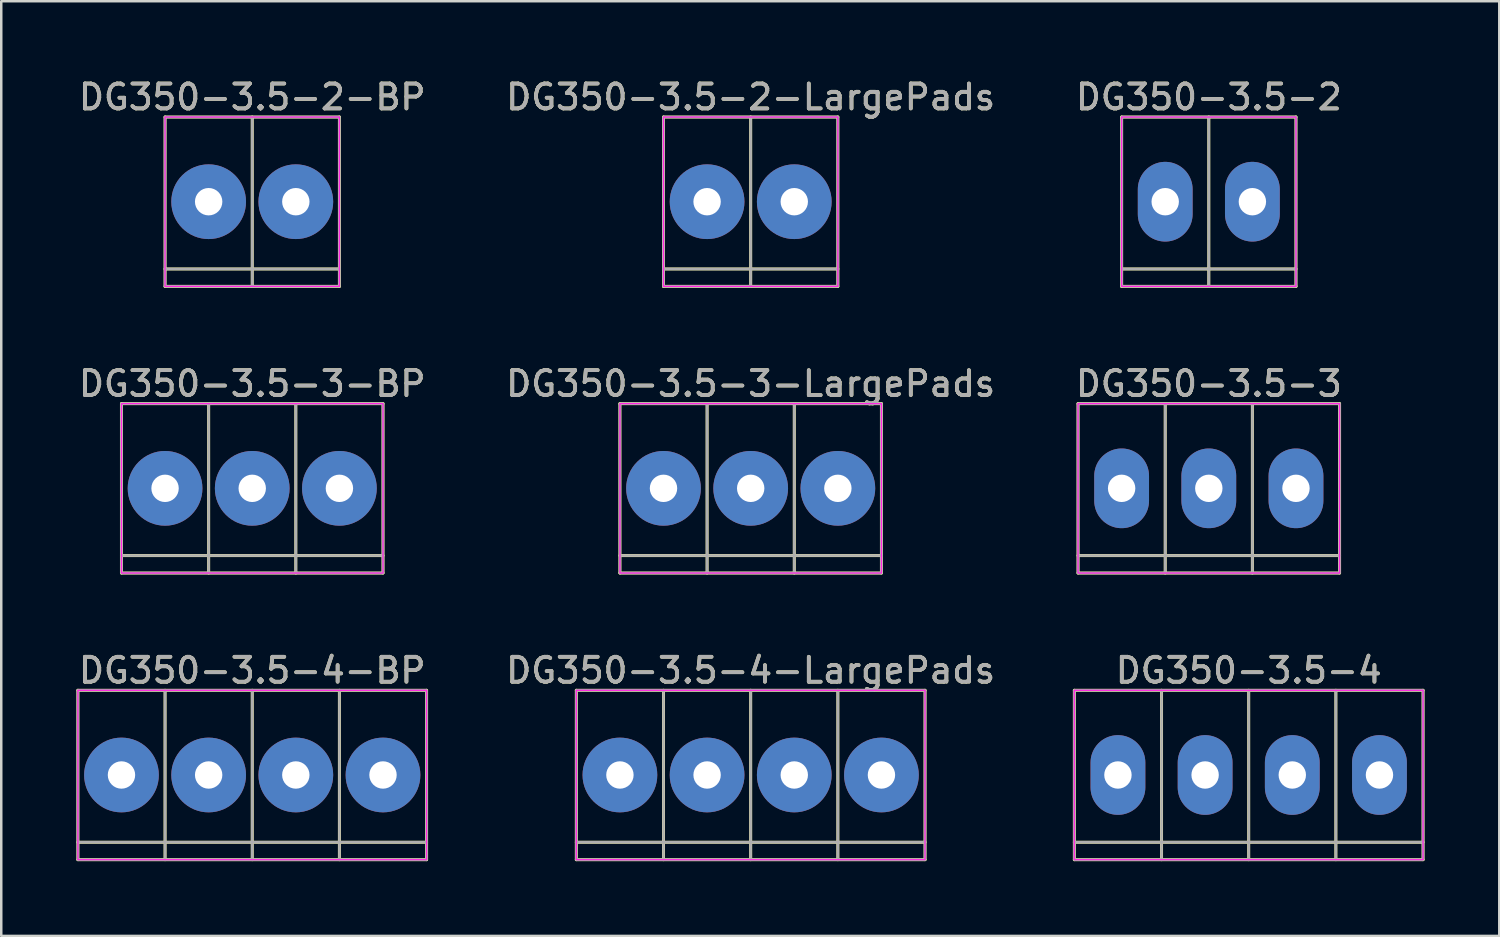
<source format=kicad_pcb>
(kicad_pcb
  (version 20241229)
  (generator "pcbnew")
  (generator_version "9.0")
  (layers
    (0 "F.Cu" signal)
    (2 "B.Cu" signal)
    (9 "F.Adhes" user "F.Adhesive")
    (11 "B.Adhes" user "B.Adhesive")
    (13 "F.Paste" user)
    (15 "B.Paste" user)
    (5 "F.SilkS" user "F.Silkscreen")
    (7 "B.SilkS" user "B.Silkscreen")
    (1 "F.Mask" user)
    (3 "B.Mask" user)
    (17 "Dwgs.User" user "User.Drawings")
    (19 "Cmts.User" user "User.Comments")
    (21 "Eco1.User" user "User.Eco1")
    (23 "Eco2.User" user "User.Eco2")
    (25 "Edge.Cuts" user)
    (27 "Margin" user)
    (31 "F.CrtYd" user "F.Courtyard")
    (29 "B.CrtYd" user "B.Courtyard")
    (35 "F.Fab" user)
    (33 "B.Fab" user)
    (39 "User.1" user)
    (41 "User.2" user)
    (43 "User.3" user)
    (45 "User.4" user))
  (footprint "DG350-3.5-3-LargePads"
    (layer "F.Cu")
    (at 23.589 16.556)
    (property "Reference" "DG350-3.5-3-LargePads" (at 3.5 -4.2 0) (unlocked yes) (layer "F.SilkS") (effects (font (size 1 1) (thickness 0.15))))
    (attr through_hole)
    (fp_line (start -1.75 -3.4) (end -1.75 3.4) (stroke (width 0.12) (type solid)) (layer "F.SilkS"))
    (fp_line (start -1.75 2.7) (end 8.75 2.7) (stroke (width 0.12) (type solid)) (layer "F.SilkS"))
    (fp_line (start -1.75 3.4) (end 8.75 3.4) (stroke (width 0.12) (type solid)) (layer "F.SilkS"))
    (fp_line (start 1.75 -3.4) (end 1.75 3.4) (stroke (width 0.12) (type solid)) (layer "F.SilkS"))
    (fp_line (start 5.25 3.4) (end 5.25 -3.4) (stroke (width 0.12) (type solid)) (layer "F.SilkS"))
    (fp_line (start 8.75 -3.4) (end -1.75 -3.4) (stroke (width 0.12) (type solid)) (layer "F.SilkS"))
    (fp_line (start 8.75 3.4) (end 8.75 -3.4) (stroke (width 0.12) (type solid)) (layer "F.SilkS"))
    (fp_rect (start -1.75 -3.4) (end 8.75 3.4) (stroke (width 0.05) (type solid)) (fill no) (layer "F.CrtYd"))
    (fp_line (start -1.75 2.7) (end 8.75 2.7) (stroke (width 0.1) (type solid)) (layer "F.Fab"))
    (fp_line (start 1.75 -3.4) (end 1.75 3.4) (stroke (width 0.1) (type solid)) (layer "F.Fab"))
    (fp_line (start 5.25 3.4) (end 5.25 -3.4) (stroke (width 0.1) (type solid)) (layer "F.Fab"))
    (fp_rect (start -1.75 -3.4) (end 8.75 3.4) (stroke (width 0.1) (type solid)) (fill no) (layer "F.Fab"))
    (fp_text user "${REFERENCE}" (at 3.5 -4.2 0) (unlocked yes) (layer "F.Fab") (effects (font (size 1 1) (thickness 0.15))))
    (pad "1" thru_hole circle (at 0 0) (size 3 3) (drill 1.1) (layers "*.Cu" "*.Mask"))
    (pad "2" thru_hole circle (at 3.5 0) (size 3 3) (drill 1.1) (layers "*.Cu" "*.Mask"))
    (pad "3" thru_hole circle (at 7 0) (size 3 3) (drill 1.1) (layers "*.Cu" "*.Mask")))
  (footprint "DG350-3.5-2"
    (layer "F.Cu")
    (at 43.732 5.048)
    (property "Reference" "DG350-3.5-2" (at 1.75 -4.2 0) (unlocked yes) (layer "F.SilkS") (effects (font (size 1 1) (thickness 0.15))))
    (attr through_hole)
    (fp_line (start -1.75 -3.4) (end -1.75 3.4) (stroke (width 0.12) (type solid)) (layer "F.SilkS"))
    (fp_line (start -1.75 2.7) (end 5.25 2.7) (stroke (width 0.12) (type solid)) (layer "F.SilkS"))
    (fp_line (start -1.75 3.4) (end 5.25 3.4) (stroke (width 0.12) (type solid)) (layer "F.SilkS"))
    (fp_line (start 1.75 -3.4) (end 1.75 3.4) (stroke (width 0.12) (type solid)) (layer "F.SilkS"))
    (fp_line (start 5.25 -3.4) (end -1.75 -3.4) (stroke (width 0.12) (type solid)) (layer "F.SilkS"))
    (fp_line (start 5.25 3.4) (end 5.25 -3.4) (stroke (width 0.12) (type solid)) (layer "F.SilkS"))
    (fp_rect (start -1.75 -3.4) (end 5.25 3.4) (stroke (width 0.05) (type solid)) (fill no) (layer "F.CrtYd"))
    (fp_line (start -1.75 2.7) (end 5.25 2.7) (stroke (width 0.1) (type solid)) (layer "F.Fab"))
    (fp_line (start 1.75 -3.4) (end 1.75 3.4) (stroke (width 0.1) (type solid)) (layer "F.Fab"))
    (fp_rect (start -1.75 -3.4) (end 5.25 3.4) (stroke (width 0.1) (type solid)) (fill no) (layer "F.Fab"))
    (fp_text user "${REFERENCE}" (at 1.75 -4.2 0) (unlocked yes) (layer "F.Fab") (effects (font (size 1 1) (thickness 0.15))))
    (pad "1" thru_hole oval (at 0 0) (size 2.2 3.2) (drill 1.1) (layers "*.Cu" "*.Mask"))
    (pad "2" thru_hole oval (at 3.5 0) (size 2.2 3.2) (drill 1.1) (layers "*.Cu" "*.Mask")))
  (footprint "DG350-3.5-3-BP"
    (layer "F.Cu")
    (at 3.577 16.556)
    (property "Reference" "DG350-3.5-3-BP" (at 3.5 -4.2 0) (unlocked yes) (layer "F.SilkS") (effects (font (size 1 1) (thickness 0.15))))
    (attr through_hole)
    (fp_line (start -1.75 -3.4) (end -1.75 3.4) (stroke (width 0.12) (type solid)) (layer "F.SilkS"))
    (fp_line (start -1.75 2.7) (end 8.75 2.7) (stroke (width 0.12) (type solid)) (layer "F.SilkS"))
    (fp_line (start -1.75 3.4) (end 8.75 3.4) (stroke (width 0.12) (type solid)) (layer "F.SilkS"))
    (fp_line (start 1.75 -3.4) (end 1.75 3.4) (stroke (width 0.12) (type solid)) (layer "F.SilkS"))
    (fp_line (start 5.25 3.4) (end 5.25 -3.4) (stroke (width 0.12) (type solid)) (layer "F.SilkS"))
    (fp_line (start 8.75 -3.4) (end -1.75 -3.4) (stroke (width 0.12) (type solid)) (layer "F.SilkS"))
    (fp_line (start 8.75 3.4) (end 8.75 -3.4) (stroke (width 0.12) (type solid)) (layer "F.SilkS"))
    (fp_rect (start -1.75 -3.4) (end 8.75 3.4) (stroke (width 0.05) (type solid)) (fill no) (layer "F.CrtYd"))
    (fp_line (start -1.75 2.7) (end 8.75 2.7) (stroke (width 0.1) (type solid)) (layer "F.Fab"))
    (fp_line (start 1.75 -3.4) (end 1.75 3.4) (stroke (width 0.1) (type solid)) (layer "F.Fab"))
    (fp_line (start 5.25 3.4) (end 5.25 -3.4) (stroke (width 0.1) (type solid)) (layer "F.Fab"))
    (fp_rect (start -1.75 -3.4) (end 8.75 3.4) (stroke (width 0.1) (type solid)) (fill no) (layer "F.Fab"))
    (fp_text user "${REFERENCE}" (at 3.5 -4.2 0) (unlocked yes) (layer "F.Fab") (effects (font (size 1 1) (thickness 0.15))))
    (pad "1" thru_hole circle (at 0 0) (size 3 3) (drill 1.1) (layers "*.Cu" "*.Mask"))
    (pad "2" thru_hole circle (at 3.5 0) (size 3 3) (drill 1.1) (layers "*.Cu" "*.Mask"))
    (pad "3" thru_hole circle (at 7 0) (size 3 3) (drill 1.1) (layers "*.Cu" "*.Mask")))
  (footprint "DG350-3.5-2-BP"
    (layer "F.Cu")
    (at 5.327 5.048)
    (property "Reference" "DG350-3.5-2-BP" (at 1.75 -4.2 0) (unlocked yes) (layer "F.SilkS") (effects (font (size 1 1) (thickness 0.15))))
    (attr through_hole)
    (fp_line (start -1.75 -3.4) (end -1.75 3.4) (stroke (width 0.12) (type solid)) (layer "F.SilkS"))
    (fp_line (start -1.75 2.7) (end 5.25 2.7) (stroke (width 0.12) (type solid)) (layer "F.SilkS"))
    (fp_line (start -1.75 3.4) (end 5.25 3.4) (stroke (width 0.12) (type solid)) (layer "F.SilkS"))
    (fp_line (start 1.75 -3.4) (end 1.75 3.4) (stroke (width 0.12) (type solid)) (layer "F.SilkS"))
    (fp_line (start 5.25 -3.4) (end -1.75 -3.4) (stroke (width 0.12) (type solid)) (layer "F.SilkS"))
    (fp_line (start 5.25 3.4) (end 5.25 -3.4) (stroke (width 0.12) (type solid)) (layer "F.SilkS"))
    (fp_rect (start -1.75 -3.4) (end 5.25 3.4) (stroke (width 0.05) (type solid)) (fill no) (layer "F.CrtYd"))
    (fp_line (start -1.75 2.7) (end 5.25 2.7) (stroke (width 0.1) (type solid)) (layer "F.Fab"))
    (fp_line (start 1.75 -3.4) (end 1.75 3.4) (stroke (width 0.1) (type solid)) (layer "F.Fab"))
    (fp_rect (start -1.75 -3.4) (end 5.25 3.4) (stroke (width 0.1) (type solid)) (fill no) (layer "F.Fab"))
    (fp_text user "${REFERENCE}" (at 1.75 -4.2 0) (unlocked yes) (layer "F.Fab") (effects (font (size 1 1) (thickness 0.15))))
    (pad "1" thru_hole circle (at 0 0) (size 3 3) (drill 1.1) (layers "*.Cu" "*.Mask"))
    (pad "2" thru_hole circle (at 3.5 0) (size 3 3) (drill 1.1) (layers "*.Cu" "*.Mask")))
  (footprint "DG350-3.5-3"
    (layer "F.Cu")
    (at 41.982 16.556)
    (property "Reference" "DG350-3.5-3" (at 3.5 -4.2 0) (unlocked yes) (layer "F.SilkS") (effects (font (size 1 1) (thickness 0.15))))
    (attr through_hole)
    (fp_line (start -1.75 -3.4) (end -1.75 3.4) (stroke (width 0.12) (type solid)) (layer "F.SilkS"))
    (fp_line (start -1.75 2.7) (end 8.75 2.7) (stroke (width 0.12) (type solid)) (layer "F.SilkS"))
    (fp_line (start -1.75 3.4) (end 8.75 3.4) (stroke (width 0.12) (type solid)) (layer "F.SilkS"))
    (fp_line (start 1.75 -3.4) (end 1.75 3.4) (stroke (width 0.12) (type solid)) (layer "F.SilkS"))
    (fp_line (start 5.25 3.4) (end 5.25 -3.4) (stroke (width 0.12) (type solid)) (layer "F.SilkS"))
    (fp_line (start 8.75 -3.4) (end -1.75 -3.4) (stroke (width 0.12) (type solid)) (layer "F.SilkS"))
    (fp_line (start 8.75 3.4) (end 8.75 -3.4) (stroke (width 0.12) (type solid)) (layer "F.SilkS"))
    (fp_rect (start -1.75 -3.4) (end 8.75 3.4) (stroke (width 0.05) (type solid)) (fill no) (layer "F.CrtYd"))
    (fp_line (start -1.75 2.7) (end 8.75 2.7) (stroke (width 0.1) (type solid)) (layer "F.Fab"))
    (fp_line (start 1.75 -3.4) (end 1.75 3.4) (stroke (width 0.1) (type solid)) (layer "F.Fab"))
    (fp_line (start 5.25 -3.4) (end 5.25 3.4) (stroke (width 0.1) (type solid)) (layer "F.Fab"))
    (fp_rect (start -1.75 -3.4) (end 8.75 3.4) (stroke (width 0.1) (type solid)) (fill no) (layer "F.Fab"))
    (fp_text user "${REFERENCE}" (at 3.5 -4.2 0) (unlocked yes) (layer "F.Fab") (effects (font (size 1 1) (thickness 0.15))))
    (pad "1" thru_hole oval (at 0 0) (size 2.2 3.2) (drill 1.1) (layers "*.Cu" "*.Mask"))
    (pad "2" thru_hole oval (at 3.5 0) (size 2.2 3.2) (drill 1.1) (layers "*.Cu" "*.Mask"))
    (pad "3" thru_hole oval (at 7 0) (size 2.2 3.2) (drill 1.1) (layers "*.Cu" "*.Mask")))
  (footprint "DG350-3.5-4"
    (layer "F.Cu")
    (at 41.834 28.065)
    (property "Reference" "DG350-3.5-4" (at 5.25 -4.2 0) (unlocked yes) (layer "F.SilkS") (effects (font (size 1 1) (thickness 0.15))))
    (attr through_hole)
    (fp_line (start -1.75 -3.4) (end -1.75 3.4) (stroke (width 0.12) (type solid)) (layer "F.SilkS"))
    (fp_line (start -1.75 2.7) (end 12.25 2.7) (stroke (width 0.12) (type solid)) (layer "F.SilkS"))
    (fp_line (start -1.75 3.4) (end 12.25 3.4) (stroke (width 0.12) (type solid)) (layer "F.SilkS"))
    (fp_line (start 1.75 -3.4) (end 1.75 3.4) (stroke (width 0.12) (type solid)) (layer "F.SilkS"))
    (fp_line (start 5.25 3.4) (end 5.25 -3.4) (stroke (width 0.12) (type solid)) (layer "F.SilkS"))
    (fp_line (start 8.75 3.4) (end 8.75 -3.4) (stroke (width 0.12) (type solid)) (layer "F.SilkS"))
    (fp_line (start 12.25 -3.4) (end -1.75 -3.4) (stroke (width 0.12) (type solid)) (layer "F.SilkS"))
    (fp_line (start 12.25 3.4) (end 12.25 -3.4) (stroke (width 0.12) (type solid)) (layer "F.SilkS"))
    (fp_rect (start -1.75 -3.4) (end 12.25 3.4) (stroke (width 0.05) (type solid)) (fill no) (layer "F.CrtYd"))
    (fp_line (start 1.75 3.4) (end 1.75 -3.4) (stroke (width 0.1) (type solid)) (layer "F.Fab"))
    (fp_line (start 5.25 -3.4) (end 5.25 3.4) (stroke (width 0.1) (type solid)) (layer "F.Fab"))
    (fp_line (start 8.75 3.4) (end 8.75 -3.4) (stroke (width 0.1) (type solid)) (layer "F.Fab"))
    (fp_line (start 12.25 2.7) (end -1.75 2.7) (stroke (width 0.1) (type solid)) (layer "F.Fab"))
    (fp_rect (start -1.75 -3.4) (end 12.25 3.4) (stroke (width 0.1) (type solid)) (fill no) (layer "F.Fab"))
    (fp_text user "${REFERENCE}" (at 5.25 -4.2 0) (unlocked yes) (layer "F.Fab") (effects (font (size 1 1) (thickness 0.15))))
    (pad "1" thru_hole oval (at 0 0) (size 2.2 3.2) (drill 1.1) (layers "*.Cu" "*.Mask"))
    (pad "2" thru_hole oval (at 3.5 0) (size 2.2 3.2) (drill 1.1) (layers "*.Cu" "*.Mask"))
    (pad "3" thru_hole oval (at 7 0) (size 2.2 3.2) (drill 1.1) (layers "*.Cu" "*.Mask"))
    (pad "4" thru_hole oval (at 10.5 0) (size 2.2 3.2) (drill 1.1) (layers "*.Cu" "*.Mask")))
  (footprint "DG350-3.5-4-LargePads"
    (layer "F.Cu")
    (at 21.839 28.065)
    (property "Reference" "DG350-3.5-4-LargePads" (at 5.25 -4.2 0) (unlocked yes) (layer "F.SilkS") (effects (font (size 1 1) (thickness 0.15))))
    (attr through_hole)
    (fp_line (start -1.75 -3.4) (end -1.75 3.4) (stroke (width 0.12) (type solid)) (layer "F.SilkS"))
    (fp_line (start -1.75 2.7) (end 12.25 2.7) (stroke (width 0.12) (type solid)) (layer "F.SilkS"))
    (fp_line (start -1.75 3.4) (end 12.25 3.4) (stroke (width 0.12) (type solid)) (layer "F.SilkS"))
    (fp_line (start 1.75 -3.4) (end 1.75 3.4) (stroke (width 0.12) (type solid)) (layer "F.SilkS"))
    (fp_line (start 5.25 3.4) (end 5.25 -3.4) (stroke (width 0.12) (type solid)) (layer "F.SilkS"))
    (fp_line (start 8.75 3.4) (end 8.75 -3.4) (stroke (width 0.12) (type solid)) (layer "F.SilkS"))
    (fp_line (start 12.25 -3.4) (end -1.75 -3.4) (stroke (width 0.12) (type solid)) (layer "F.SilkS"))
    (fp_line (start 12.25 3.4) (end 12.25 -3.4) (stroke (width 0.12) (type solid)) (layer "F.SilkS"))
    (fp_rect (start -1.75 -3.4) (end 12.25 3.4) (stroke (width 0.05) (type solid)) (fill no) (layer "F.CrtYd"))
    (fp_line (start -1.75 2.7) (end 12.25 2.7) (stroke (width 0.1) (type solid)) (layer "F.Fab"))
    (fp_line (start 1.75 -3.4) (end 1.75 3.4) (stroke (width 0.1) (type solid)) (layer "F.Fab"))
    (fp_line (start 5.25 3.4) (end 5.25 -3.4) (stroke (width 0.1) (type solid)) (layer "F.Fab"))
    (fp_line (start 8.75 -3.4) (end 8.75 3.4) (stroke (width 0.1) (type solid)) (layer "F.Fab"))
    (fp_rect (start -1.75 -3.4) (end 12.25 3.4) (stroke (width 0.1) (type solid)) (fill no) (layer "F.Fab"))
    (fp_text user "${REFERENCE}" (at 5.25 -4.2 0) (unlocked yes) (layer "F.Fab") (effects (font (size 1 1) (thickness 0.15))))
    (pad "1" thru_hole circle (at 0 0) (size 3 3) (drill 1.1) (layers "*.Cu" "*.Mask"))
    (pad "2" thru_hole circle (at 3.5 0) (size 3 3) (drill 1.1) (layers "*.Cu" "*.Mask"))
    (pad "3" thru_hole circle (at 7 0) (size 3 3) (drill 1.1) (layers "*.Cu" "*.Mask"))
    (pad "4" thru_hole circle (at 10.5 0) (size 3 3) (drill 1.1) (layers "*.Cu" "*.Mask")))
  (footprint "DG350-3.5-2-LargePads"
    (layer "F.Cu")
    (at 25.339 5.048)
    (property "Reference" "DG350-3.5-2-LargePads" (at 1.75 -4.2 0) (unlocked yes) (layer "F.SilkS") (effects (font (size 1 1) (thickness 0.15))))
    (attr through_hole)
    (fp_line (start -1.75 -3.4) (end -1.75 3.4) (stroke (width 0.12) (type solid)) (layer "F.SilkS"))
    (fp_line (start -1.75 2.7) (end 5.25 2.7) (stroke (width 0.12) (type solid)) (layer "F.SilkS"))
    (fp_line (start -1.75 3.4) (end 5.25 3.4) (stroke (width 0.12) (type solid)) (layer "F.SilkS"))
    (fp_line (start 1.75 -3.4) (end 1.75 3.4) (stroke (width 0.12) (type solid)) (layer "F.SilkS"))
    (fp_line (start 5.25 -3.4) (end -1.75 -3.4) (stroke (width 0.12) (type solid)) (layer "F.SilkS"))
    (fp_line (start 5.25 3.4) (end 5.25 -3.4) (stroke (width 0.12) (type solid)) (layer "F.SilkS"))
    (fp_rect (start -1.75 -3.4) (end 5.25 3.4) (stroke (width 0.05) (type solid)) (fill no) (layer "F.CrtYd"))
    (fp_line (start -1.75 2.7) (end 5.25 2.7) (stroke (width 0.1) (type solid)) (layer "F.Fab"))
    (fp_line (start 1.75 -3.4) (end 1.75 3.4) (stroke (width 0.1) (type solid)) (layer "F.Fab"))
    (fp_rect (start -1.75 -3.4) (end 5.25 3.4) (stroke (width 0.1) (type solid)) (fill no) (layer "F.Fab"))
    (fp_text user "${REFERENCE}" (at 1.75 -4.2 0) (unlocked yes) (layer "F.Fab") (effects (font (size 1 1) (thickness 0.15))))
    (pad "1" thru_hole circle (at 0 0) (size 3 3) (drill 1.1) (layers "*.Cu" "*.Mask"))
    (pad "2" thru_hole circle (at 3.5 0) (size 3 3) (drill 1.1) (layers "*.Cu" "*.Mask")))
  (footprint "DG350-3.5-4-BP"
    (layer "F.Cu")
    (at 1.827 28.065)
    (property "Reference" "DG350-3.5-4-BP" (at 5.25 -4.2 0) (unlocked yes) (layer "F.SilkS") (effects (font (size 1 1) (thickness 0.15))))
    (attr through_hole)
    (fp_line (start -1.75 -3.4) (end -1.75 3.4) (stroke (width 0.12) (type solid)) (layer "F.SilkS"))
    (fp_line (start -1.75 2.7) (end 12.25 2.7) (stroke (width 0.12) (type solid)) (layer "F.SilkS"))
    (fp_line (start -1.75 3.4) (end 12.25 3.4) (stroke (width 0.12) (type solid)) (layer "F.SilkS"))
    (fp_line (start 1.75 -3.4) (end 1.75 3.4) (stroke (width 0.12) (type solid)) (layer "F.SilkS"))
    (fp_line (start 5.25 3.4) (end 5.25 -3.4) (stroke (width 0.12) (type solid)) (layer "F.SilkS"))
    (fp_line (start 8.75 3.4) (end 8.75 -3.4) (stroke (width 0.12) (type solid)) (layer "F.SilkS"))
    (fp_line (start 12.25 -3.4) (end -1.75 -3.4) (stroke (width 0.12) (type solid)) (layer "F.SilkS"))
    (fp_line (start 12.25 3.4) (end 12.25 -3.4) (stroke (width 0.12) (type solid)) (layer "F.SilkS"))
    (fp_rect (start -1.75 -3.4) (end 12.25 3.4) (stroke (width 0.05) (type solid)) (fill no) (layer "F.CrtYd"))
    (fp_line (start -1.75 2.7) (end 12.25 2.7) (stroke (width 0.1) (type solid)) (layer "F.Fab"))
    (fp_line (start 1.75 -3.4) (end 1.75 3.4) (stroke (width 0.1) (type solid)) (layer "F.Fab"))
    (fp_line (start 5.25 3.4) (end 5.25 -3.4) (stroke (width 0.1) (type solid)) (layer "F.Fab"))
    (fp_line (start 8.75 -3.4) (end 8.75 3.4) (stroke (width 0.1) (type solid)) (layer "F.Fab"))
    (fp_rect (start -1.75 -3.4) (end 12.25 3.4) (stroke (width 0.1) (type solid)) (fill no) (layer "F.Fab"))
    (fp_text user "${REFERENCE}" (at 5.25 -4.2 0) (unlocked yes) (layer "F.Fab") (effects (font (size 1 1) (thickness 0.15))))
    (pad "1" thru_hole circle (at 0 0) (size 3 3) (drill 1.1) (layers "*.Cu" "*.Mask"))
    (pad "2" thru_hole circle (at 3.5 0) (size 3 3) (drill 1.1) (layers "*.Cu" "*.Mask"))
    (pad "3" thru_hole circle (at 7 0) (size 3 3) (drill 1.1) (layers "*.Cu" "*.Mask"))
    (pad "4" thru_hole circle (at 10.5 0) (size 3 3) (drill 1.1) (layers "*.Cu" "*.Mask")))
  (gr_rect
    (start -3 -3)
    (end 57.144 34.525)
    (stroke (width 0.1) (type default))
    (fill no)
    (layer "Edge.Cuts")))
</source>
